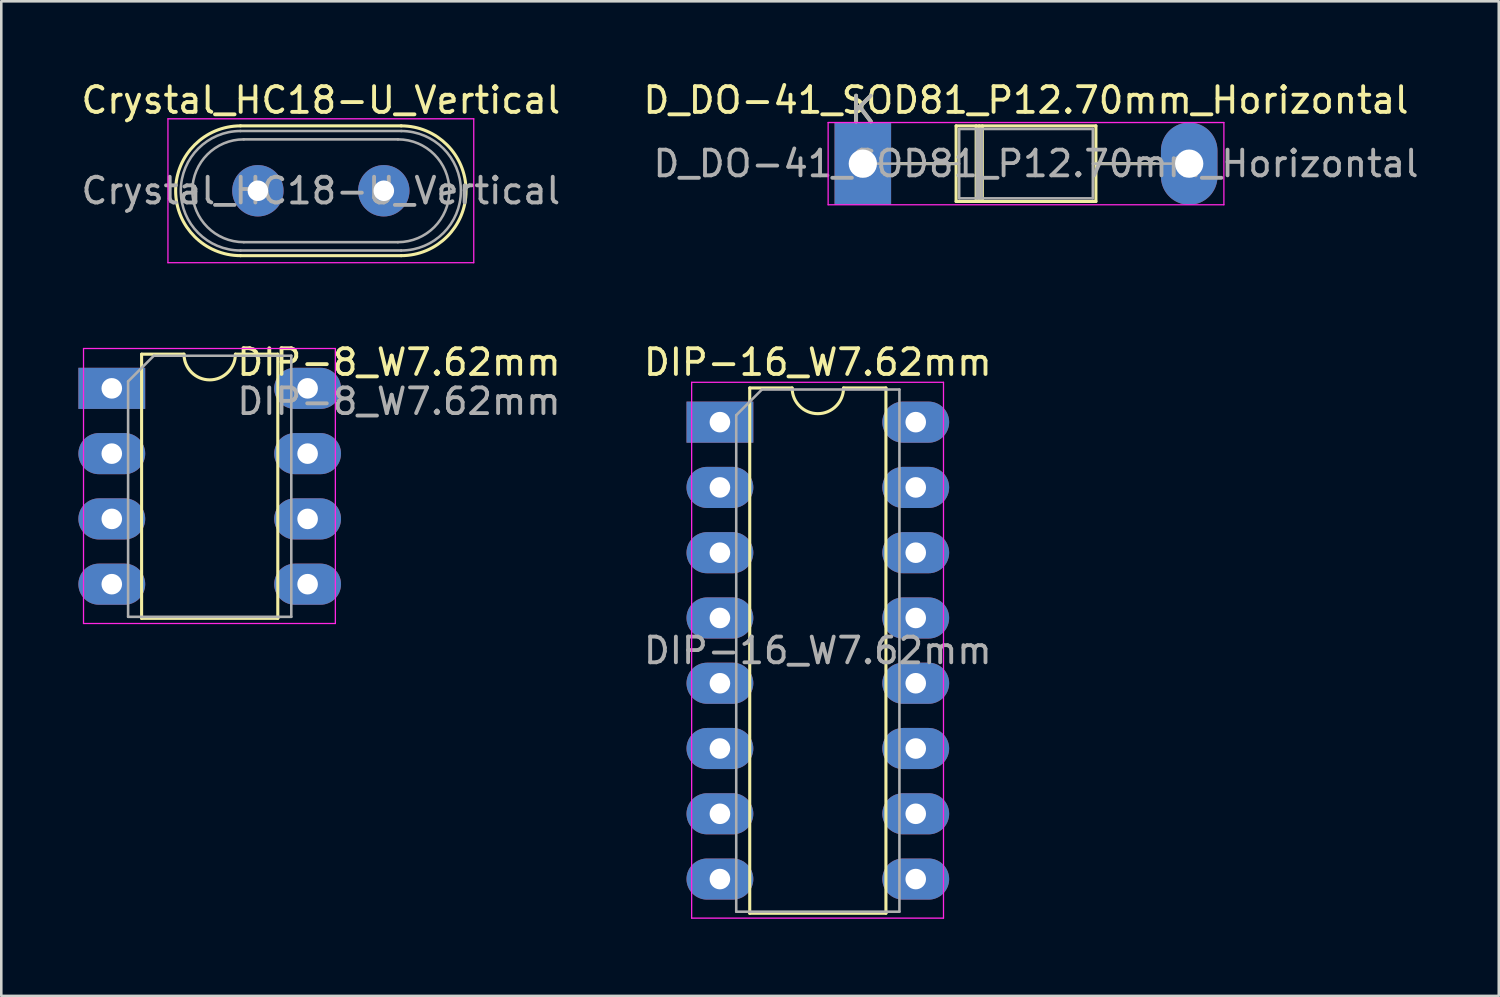
<source format=kicad_pcb>
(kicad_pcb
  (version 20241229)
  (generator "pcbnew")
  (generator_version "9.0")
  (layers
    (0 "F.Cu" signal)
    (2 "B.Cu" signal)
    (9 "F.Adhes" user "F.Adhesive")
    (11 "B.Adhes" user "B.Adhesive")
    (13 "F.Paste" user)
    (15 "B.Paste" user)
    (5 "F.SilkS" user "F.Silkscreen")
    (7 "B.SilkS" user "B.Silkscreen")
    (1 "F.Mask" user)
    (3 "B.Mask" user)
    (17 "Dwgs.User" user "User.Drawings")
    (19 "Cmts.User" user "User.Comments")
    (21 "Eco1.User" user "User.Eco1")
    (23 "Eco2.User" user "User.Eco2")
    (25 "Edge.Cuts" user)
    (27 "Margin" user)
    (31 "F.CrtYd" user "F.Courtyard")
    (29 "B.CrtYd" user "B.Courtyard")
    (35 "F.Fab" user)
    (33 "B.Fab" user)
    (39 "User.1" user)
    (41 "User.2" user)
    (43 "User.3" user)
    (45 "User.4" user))
  (footprint "D_DO-41_SOD81_P12.70mm_Horizontal"
    (layer "F.Cu")
    (at 30.525 3.318)
    (property "Reference" "D_DO-41_SOD81_P12.70mm_Horizontal" (at 6.35 -2.47 0) (layer "F.SilkS") (effects (font (size 1 1) (thickness 0.15))))
    (attr through_hole)
    (fp_line (start 1.34 0) (end 3.63 0) (stroke (width 0.12) (type solid)) (layer "F.SilkS"))
    (fp_line (start 3.63 -1.47) (end 3.63 1.47) (stroke (width 0.12) (type solid)) (layer "F.SilkS"))
    (fp_line (start 3.63 1.47) (end 9.07 1.47) (stroke (width 0.12) (type solid)) (layer "F.SilkS"))
    (fp_line (start 4.41 -1.47) (end 4.41 1.47) (stroke (width 0.12) (type solid)) (layer "F.SilkS"))
    (fp_line (start 4.53 -1.47) (end 4.53 1.47) (stroke (width 0.12) (type solid)) (layer "F.SilkS"))
    (fp_line (start 4.65 -1.47) (end 4.65 1.47) (stroke (width 0.12) (type solid)) (layer "F.SilkS"))
    (fp_line (start 9.07 -1.47) (end 3.63 -1.47) (stroke (width 0.12) (type solid)) (layer "F.SilkS"))
    (fp_line (start 9.07 1.47) (end 9.07 -1.47) (stroke (width 0.12) (type solid)) (layer "F.SilkS"))
    (fp_line (start 11.36 0) (end 9.07 0) (stroke (width 0.12) (type solid)) (layer "F.SilkS"))
    (fp_line (start -1.35 -1.6) (end -1.35 1.6) (stroke (width 0.05) (type solid)) (layer "F.CrtYd"))
    (fp_line (start -1.35 1.6) (end 14.05 1.6) (stroke (width 0.05) (type solid)) (layer "F.CrtYd"))
    (fp_line (start 14.05 -1.6) (end -1.35 -1.6) (stroke (width 0.05) (type solid)) (layer "F.CrtYd"))
    (fp_line (start 14.05 1.6) (end 14.05 -1.6) (stroke (width 0.05) (type solid)) (layer "F.CrtYd"))
    (fp_line (start 0 0) (end 3.75 0) (stroke (width 0.1) (type solid)) (layer "F.Fab"))
    (fp_line (start 3.75 -1.35) (end 3.75 1.35) (stroke (width 0.1) (type solid)) (layer "F.Fab"))
    (fp_line (start 3.75 1.35) (end 8.95 1.35) (stroke (width 0.1) (type solid)) (layer "F.Fab"))
    (fp_line (start 4.43 -1.35) (end 4.43 1.35) (stroke (width 0.1) (type solid)) (layer "F.Fab"))
    (fp_line (start 4.53 -1.35) (end 4.53 1.35) (stroke (width 0.1) (type solid)) (layer "F.Fab"))
    (fp_line (start 4.63 -1.35) (end 4.63 1.35) (stroke (width 0.1) (type solid)) (layer "F.Fab"))
    (fp_line (start 8.95 -1.35) (end 3.75 -1.35) (stroke (width 0.1) (type solid)) (layer "F.Fab"))
    (fp_line (start 8.95 1.35) (end 8.95 -1.35) (stroke (width 0.1) (type solid)) (layer "F.Fab"))
    (fp_line (start 12.7 0) (end 8.95 0) (stroke (width 0.1) (type solid)) (layer "F.Fab"))
    (fp_text user "K" (at 0 -2.1 0) (layer "F.SilkS") (effects (font (size 1 1) (thickness 0.15))))
    (fp_text user "K" (at 0 -2.1 0) (layer "F.Fab") (effects (font (size 1 1) (thickness 0.15))))
    (fp_text user "${REFERENCE}" (at 6.74 0 0) (layer "F.Fab") (effects (font (size 1 1) (thickness 0.15))))
    (pad "1" thru_hole rect (at 0 0) (size 2.2 3.2) (drill 1.1) (layers "*.Cu" "*.Mask"))
    (pad "2" thru_hole oval (at 12.7 0) (size 2.2 3.2) (drill 1.1) (layers "*.Cu" "*.Mask")))
  (footprint "DIP-8_W7.62mm"
    (layer "F.Cu")
    (at 1.3 12.062)
    (property "Reference" "DIP-8_W7.62mm" (at 11.176 -1.016 0) (layer "F.SilkS") (effects (font (size 1 1) (thickness 0.15))))
    (attr through_hole)
    (fp_line (start 1.16 -1.33) (end 1.16 8.95) (stroke (width 0.12) (type solid)) (layer "F.SilkS"))
    (fp_line (start 1.16 8.95) (end 6.46 8.95) (stroke (width 0.12) (type solid)) (layer "F.SilkS"))
    (fp_line (start 2.81 -1.33) (end 1.16 -1.33) (stroke (width 0.12) (type solid)) (layer "F.SilkS"))
    (fp_line (start 6.46 -1.33) (end 4.81 -1.33) (stroke (width 0.12) (type solid)) (layer "F.SilkS"))
    (fp_line (start 6.46 8.95) (end 6.46 -1.33) (stroke (width 0.12) (type solid)) (layer "F.SilkS"))
    (fp_arc (start 4.81 -1.33) (mid 3.81 -0.33) (end 2.81 -1.33) (stroke (width 0.12) (type solid)) (layer "F.SilkS"))
    (fp_line (start -1.1 -1.55) (end -1.1 9.15) (stroke (width 0.05) (type solid)) (layer "F.CrtYd"))
    (fp_line (start -1.1 9.15) (end 8.7 9.15) (stroke (width 0.05) (type solid)) (layer "F.CrtYd"))
    (fp_line (start 8.7 -1.55) (end -1.1 -1.55) (stroke (width 0.05) (type solid)) (layer "F.CrtYd"))
    (fp_line (start 8.7 9.15) (end 8.7 -1.55) (stroke (width 0.05) (type solid)) (layer "F.CrtYd"))
    (fp_line (start 0.635 -0.27) (end 1.635 -1.27) (stroke (width 0.1) (type solid)) (layer "F.Fab"))
    (fp_line (start 0.635 8.89) (end 0.635 -0.27) (stroke (width 0.1) (type solid)) (layer "F.Fab"))
    (fp_line (start 1.635 -1.27) (end 6.985 -1.27) (stroke (width 0.1) (type solid)) (layer "F.Fab"))
    (fp_line (start 6.985 -1.27) (end 6.985 8.89) (stroke (width 0.1) (type solid)) (layer "F.Fab"))
    (fp_line (start 6.985 8.89) (end 0.635 8.89) (stroke (width 0.1) (type solid)) (layer "F.Fab"))
    (fp_text user "${REFERENCE}" (at 11.176 0.508 0) (layer "F.Fab") (effects (font (size 1 1) (thickness 0.15))))
    (pad "1" thru_hole rect (at 0 0) (size 2.6 1.6) (drill 0.8) (layers "*.Cu" "*.Mask"))
    (pad "2" thru_hole oval (at 0 2.54) (size 2.6 1.6) (drill 0.8) (layers "*.Cu" "*.Mask"))
    (pad "3" thru_hole oval (at 0 5.08) (size 2.6 1.6) (drill 0.8) (layers "*.Cu" "*.Mask"))
    (pad "4" thru_hole oval (at 0 7.62) (size 2.6 1.6) (drill 0.8) (layers "*.Cu" "*.Mask"))
    (pad "5" thru_hole oval (at 7.62 7.62) (size 2.6 1.6) (drill 0.8) (layers "*.Cu" "*.Mask"))
    (pad "6" thru_hole oval (at 7.62 5.08) (size 2.6 1.6) (drill 0.8) (layers "*.Cu" "*.Mask"))
    (pad "7" thru_hole oval (at 7.62 2.54) (size 2.6 1.6) (drill 0.8) (layers "*.Cu" "*.Mask"))
    (pad "8" thru_hole oval (at 7.62 0) (size 2.6 1.6) (drill 0.8) (layers "*.Cu" "*.Mask")))
  (footprint "Crystal_HC18-U_Vertical"
    (layer "F.Cu")
    (at 6.985 4.373)
    (property "Reference" "Crystal_HC18-U_Vertical" (at 2.45 -3.525 0) (layer "F.SilkS") (effects (font (size 1 1) (thickness 0.15))))
    (attr through_hole)
    (fp_line (start -0.675 -2.525) (end 5.575 -2.525) (stroke (width 0.12) (type solid)) (layer "F.SilkS"))
    (fp_line (start -0.675 2.525) (end 5.575 2.525) (stroke (width 0.12) (type solid)) (layer "F.SilkS"))
    (fp_arc (start -0.675 2.525) (mid -3.2 0) (end -0.675 -2.525) (stroke (width 0.12) (type solid)) (layer "F.SilkS"))
    (fp_arc (start 5.575 -2.525) (mid 8.1 0) (end 5.575 2.525) (stroke (width 0.12) (type solid)) (layer "F.SilkS"))
    (fp_line (start -3.5 -2.8) (end -3.5 2.8) (stroke (width 0.05) (type solid)) (layer "F.CrtYd"))
    (fp_line (start -3.5 2.8) (end 8.4 2.8) (stroke (width 0.05) (type solid)) (layer "F.CrtYd"))
    (fp_line (start 8.4 -2.8) (end -3.5 -2.8) (stroke (width 0.05) (type solid)) (layer "F.CrtYd"))
    (fp_line (start 8.4 2.8) (end 8.4 -2.8) (stroke (width 0.05) (type solid)) (layer "F.CrtYd"))
    (fp_line (start -0.675 -2.325) (end 5.575 -2.325) (stroke (width 0.1) (type solid)) (layer "F.Fab"))
    (fp_line (start -0.675 2.325) (end 5.575 2.325) (stroke (width 0.1) (type solid)) (layer "F.Fab"))
    (fp_line (start -0.55 -2) (end 5.45 -2) (stroke (width 0.1) (type solid)) (layer "F.Fab"))
    (fp_line (start -0.55 2) (end 5.45 2) (stroke (width 0.1) (type solid)) (layer "F.Fab"))
    (fp_arc (start -0.675 2.325) (mid -3 0) (end -0.675 -2.325) (stroke (width 0.1) (type solid)) (layer "F.Fab"))
    (fp_arc (start -0.55 2) (mid -2.55 0) (end -0.55 -2) (stroke (width 0.1) (type solid)) (layer "F.Fab"))
    (fp_arc (start 5.45 -2) (mid 7.45 0) (end 5.45 2) (stroke (width 0.1) (type solid)) (layer "F.Fab"))
    (fp_arc (start 5.575 -2.325) (mid 7.9 0) (end 5.575 2.325) (stroke (width 0.1) (type solid)) (layer "F.Fab"))
    (fp_text user "${REFERENCE}" (at 2.45 0 0) (layer "F.Fab") (effects (font (size 1 1) (thickness 0.15))))
    (pad "1" thru_hole circle (at 0 0) (size 2 2) (drill 0.8) (layers "*.Cu" "*.Mask"))
    (pad "2" thru_hole circle (at 4.9 0) (size 2 2) (drill 0.8) (layers "*.Cu" "*.Mask")))
  (footprint "DIP-16_W7.62mm"
    (layer "F.Cu")
    (at 24.964 13.377)
    (property "Reference" "DIP-16_W7.62mm" (at 3.81 -2.33 0) (layer "F.SilkS") (effects (font (size 1 1) (thickness 0.15))))
    (attr through_hole)
    (fp_line (start 1.16 -1.33) (end 1.16 19.11) (stroke (width 0.12) (type solid)) (layer "F.SilkS"))
    (fp_line (start 1.16 19.11) (end 6.46 19.11) (stroke (width 0.12) (type solid)) (layer "F.SilkS"))
    (fp_line (start 2.81 -1.33) (end 1.16 -1.33) (stroke (width 0.12) (type solid)) (layer "F.SilkS"))
    (fp_line (start 6.46 -1.33) (end 4.81 -1.33) (stroke (width 0.12) (type solid)) (layer "F.SilkS"))
    (fp_line (start 6.46 19.11) (end 6.46 -1.33) (stroke (width 0.12) (type solid)) (layer "F.SilkS"))
    (fp_arc (start 4.81 -1.33) (mid 3.81 -0.33) (end 2.81 -1.33) (stroke (width 0.12) (type solid)) (layer "F.SilkS"))
    (fp_line (start -1.1 -1.55) (end -1.1 19.3) (stroke (width 0.05) (type solid)) (layer "F.CrtYd"))
    (fp_line (start -1.1 19.3) (end 8.7 19.3) (stroke (width 0.05) (type solid)) (layer "F.CrtYd"))
    (fp_line (start 8.7 -1.55) (end -1.1 -1.55) (stroke (width 0.05) (type solid)) (layer "F.CrtYd"))
    (fp_line (start 8.7 19.3) (end 8.7 -1.55) (stroke (width 0.05) (type solid)) (layer "F.CrtYd"))
    (fp_line (start 0.635 -0.27) (end 1.635 -1.27) (stroke (width 0.1) (type solid)) (layer "F.Fab"))
    (fp_line (start 0.635 19.05) (end 0.635 -0.27) (stroke (width 0.1) (type solid)) (layer "F.Fab"))
    (fp_line (start 1.635 -1.27) (end 6.985 -1.27) (stroke (width 0.1) (type solid)) (layer "F.Fab"))
    (fp_line (start 6.985 -1.27) (end 6.985 19.05) (stroke (width 0.1) (type solid)) (layer "F.Fab"))
    (fp_line (start 6.985 19.05) (end 0.635 19.05) (stroke (width 0.1) (type solid)) (layer "F.Fab"))
    (fp_text user "${REFERENCE}" (at 3.81 8.89 0) (layer "F.Fab") (effects (font (size 1 1) (thickness 0.15))))
    (pad "1" thru_hole rect (at 0 0) (size 2.6 1.6) (drill 0.8) (layers "*.Cu" "*.Mask"))
    (pad "2" thru_hole oval (at 0 2.54) (size 2.6 1.6) (drill 0.8) (layers "*.Cu" "*.Mask"))
    (pad "3" thru_hole oval (at 0 5.08) (size 2.6 1.6) (drill 0.8) (layers "*.Cu" "*.Mask"))
    (pad "4" thru_hole oval (at 0 7.62) (size 2.6 1.6) (drill 0.8) (layers "*.Cu" "*.Mask"))
    (pad "5" thru_hole oval (at 0 10.16) (size 2.6 1.6) (drill 0.8) (layers "*.Cu" "*.Mask"))
    (pad "6" thru_hole oval (at 0 12.7) (size 2.6 1.6) (drill 0.8) (layers "*.Cu" "*.Mask"))
    (pad "7" thru_hole oval (at 0 15.24) (size 2.6 1.6) (drill 0.8) (layers "*.Cu" "*.Mask"))
    (pad "8" thru_hole oval (at 0 17.78) (size 2.6 1.6) (drill 0.8) (layers "*.Cu" "*.Mask"))
    (pad "9" thru_hole oval (at 7.62 17.78) (size 2.6 1.6) (drill 0.8) (layers "*.Cu" "*.Mask"))
    (pad "10" thru_hole oval (at 7.62 15.24) (size 2.6 1.6) (drill 0.8) (layers "*.Cu" "*.Mask"))
    (pad "11" thru_hole oval (at 7.62 12.7) (size 2.6 1.6) (drill 0.8) (layers "*.Cu" "*.Mask"))
    (pad "12" thru_hole oval (at 7.62 10.16) (size 2.6 1.6) (drill 0.8) (layers "*.Cu" "*.Mask"))
    (pad "13" thru_hole oval (at 7.62 7.62) (size 2.6 1.6) (drill 0.8) (layers "*.Cu" "*.Mask"))
    (pad "14" thru_hole oval (at 7.62 5.08) (size 2.6 1.6) (drill 0.8) (layers "*.Cu" "*.Mask"))
    (pad "15" thru_hole oval (at 7.62 2.54) (size 2.6 1.6) (drill 0.8) (layers "*.Cu" "*.Mask"))
    (pad "16" thru_hole oval (at 7.62 0) (size 2.6 1.6) (drill 0.8) (layers "*.Cu" "*.Mask")))
  (gr_rect
    (start -3 -3)
    (end 55.271 35.702)
    (stroke (width 0.1) (type default))
    (fill no)
    (layer "Edge.Cuts")))
</source>
